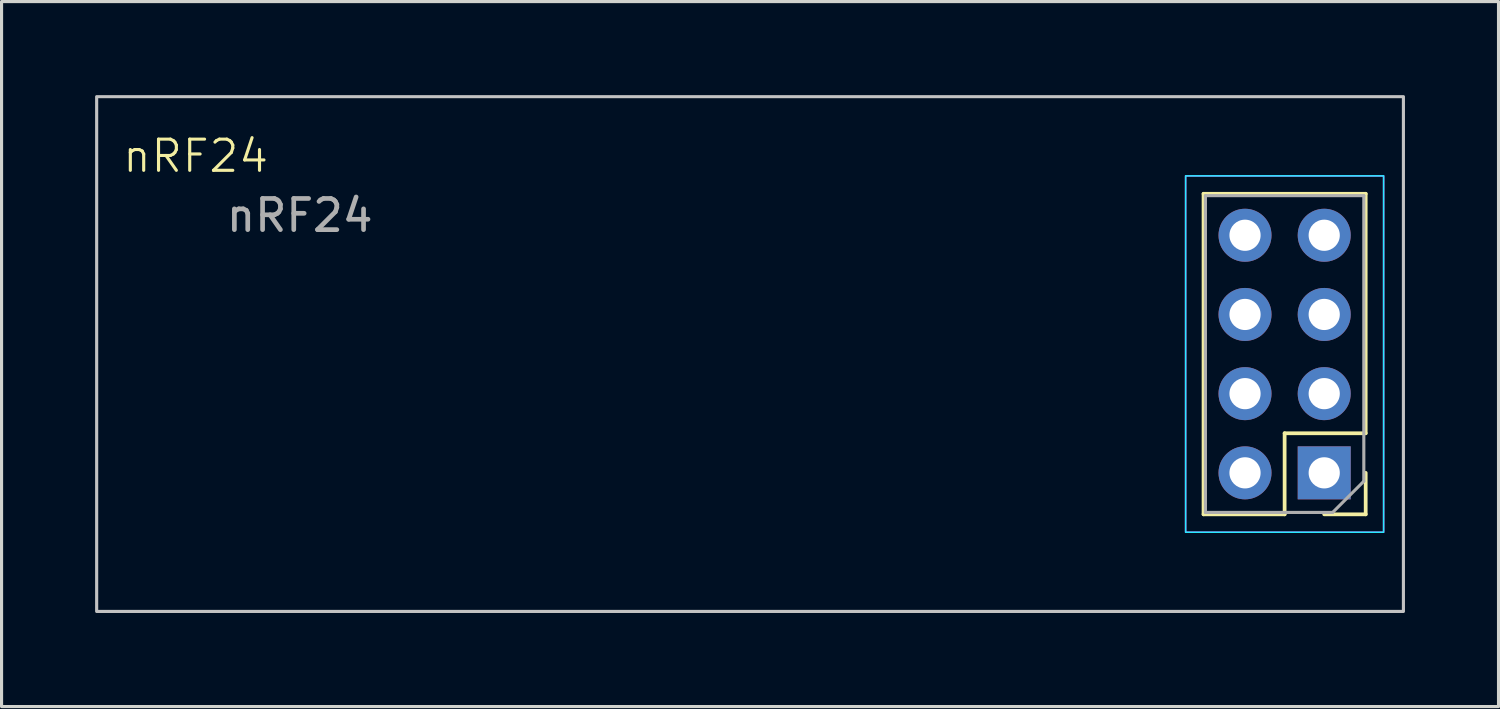
<source format=kicad_pcb>
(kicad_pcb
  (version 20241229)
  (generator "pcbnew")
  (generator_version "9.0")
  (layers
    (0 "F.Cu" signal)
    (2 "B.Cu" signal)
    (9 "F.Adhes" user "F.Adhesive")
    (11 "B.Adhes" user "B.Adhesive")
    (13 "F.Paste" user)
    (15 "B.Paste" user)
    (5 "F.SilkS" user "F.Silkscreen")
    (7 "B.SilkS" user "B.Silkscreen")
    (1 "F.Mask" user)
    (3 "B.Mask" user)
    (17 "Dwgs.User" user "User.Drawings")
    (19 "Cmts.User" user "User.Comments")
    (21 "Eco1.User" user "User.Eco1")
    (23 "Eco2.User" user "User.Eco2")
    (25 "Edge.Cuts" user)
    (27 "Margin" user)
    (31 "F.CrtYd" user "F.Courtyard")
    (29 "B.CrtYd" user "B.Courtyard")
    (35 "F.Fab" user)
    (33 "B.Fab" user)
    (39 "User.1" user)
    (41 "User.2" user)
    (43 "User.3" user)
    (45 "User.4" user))
  (footprint "nRF24"
    (layer "F.Cu")
    (at 39.42 12.115)
    (property "Reference" "nRF24" (at -36.195 -10.16 0) (unlocked yes) (layer "F.SilkS") (effects (font (size 1 1) (thickness 0.1))))
    (attr through_hole)
    (fp_line (start -3.87 -8.95) (end 1.33 -8.95) (stroke (width 0.12) (type solid)) (layer "F.SilkS"))
    (fp_line (start -3.87 1.33) (end -3.87 -8.95) (stroke (width 0.12) (type solid)) (layer "F.SilkS"))
    (fp_line (start -3.87 1.33) (end -1.27 1.33) (stroke (width 0.12) (type solid)) (layer "F.SilkS"))
    (fp_line (start -1.27 -1.27) (end 1.33 -1.27) (stroke (width 0.12) (type solid)) (layer "F.SilkS"))
    (fp_line (start -1.27 1.33) (end -1.27 -1.27) (stroke (width 0.12) (type solid)) (layer "F.SilkS"))
    (fp_line (start 0 1.33) (end 1.33 1.33) (stroke (width 0.12) (type solid)) (layer "F.SilkS"))
    (fp_line (start 1.33 -1.27) (end 1.33 -8.95) (stroke (width 0.12) (type solid)) (layer "F.SilkS"))
    (fp_line (start 1.33 1.33) (end 1.33 0) (stroke (width 0.12) (type solid)) (layer "F.SilkS"))
    (fp_rect (start 2.54 -12.065) (end -39.37 4.445) (stroke (width 0.1) (type default)) (fill no) (layer "Dwgs.User"))
    (fp_rect (start -4.445 -9.525) (end 1.905 1.905) (stroke (width 0.05) (type default)) (fill no) (layer "B.CrtYd"))
    (fp_rect (start -4.445 -9.525) (end 1.905 1.905) (stroke (width 0.05) (type default)) (fill no) (layer "F.CrtYd"))
    (fp_line (start -3.81 -8.89) (end -3.81 1.27) (stroke (width 0.1) (type solid)) (layer "F.Fab"))
    (fp_line (start -3.81 1.27) (end 0.27 1.27) (stroke (width 0.1) (type solid)) (layer "F.Fab"))
    (fp_line (start 0.27 1.27) (end 1.27 0.27) (stroke (width 0.1) (type solid)) (layer "F.Fab"))
    (fp_line (start 1.27 -8.89) (end -3.81 -8.89) (stroke (width 0.1) (type solid)) (layer "F.Fab"))
    (fp_line (start 1.27 0.27) (end 1.27 -8.89) (stroke (width 0.1) (type solid)) (layer "F.Fab"))
    (fp_text user "${REFERENCE}" (at -32.858 -8.255 0) (unlocked yes) (layer "F.Fab") (effects (font (size 1 1) (thickness 0.15))))
    (pad "1" thru_hole rect (at 0 0) (size 1.7 1.7) (drill 1) (layers "*.Cu" "*.Mask"))
    (pad "2" thru_hole oval (at -2.54 0) (size 1.7 1.7) (drill 1) (layers "*.Cu" "*.Mask"))
    (pad "3" thru_hole oval (at 0 -2.54) (size 1.7 1.7) (drill 1) (layers "*.Cu" "*.Mask"))
    (pad "4" thru_hole oval (at -2.54 -2.54) (size 1.7 1.7) (drill 1) (layers "*.Cu" "*.Mask"))
    (pad "5" thru_hole oval (at 0 -5.08) (size 1.7 1.7) (drill 1) (layers "*.Cu" "*.Mask"))
    (pad "6" thru_hole oval (at -2.54 -5.08) (size 1.7 1.7) (drill 1) (layers "*.Cu" "*.Mask"))
    (pad "7" thru_hole oval (at 0 -7.62) (size 1.7 1.7) (drill 1) (layers "*.Cu" "*.Mask"))
    (pad "8" thru_hole oval (at -2.54 -7.62) (size 1.7 1.7) (drill 1) (layers "*.Cu" "*.Mask")))
  (gr_rect
    (start -3 -3)
    (end 45.01 19.61)
    (stroke (width 0.1) (type default))
    (fill no)
    (layer "Edge.Cuts")))
</source>
